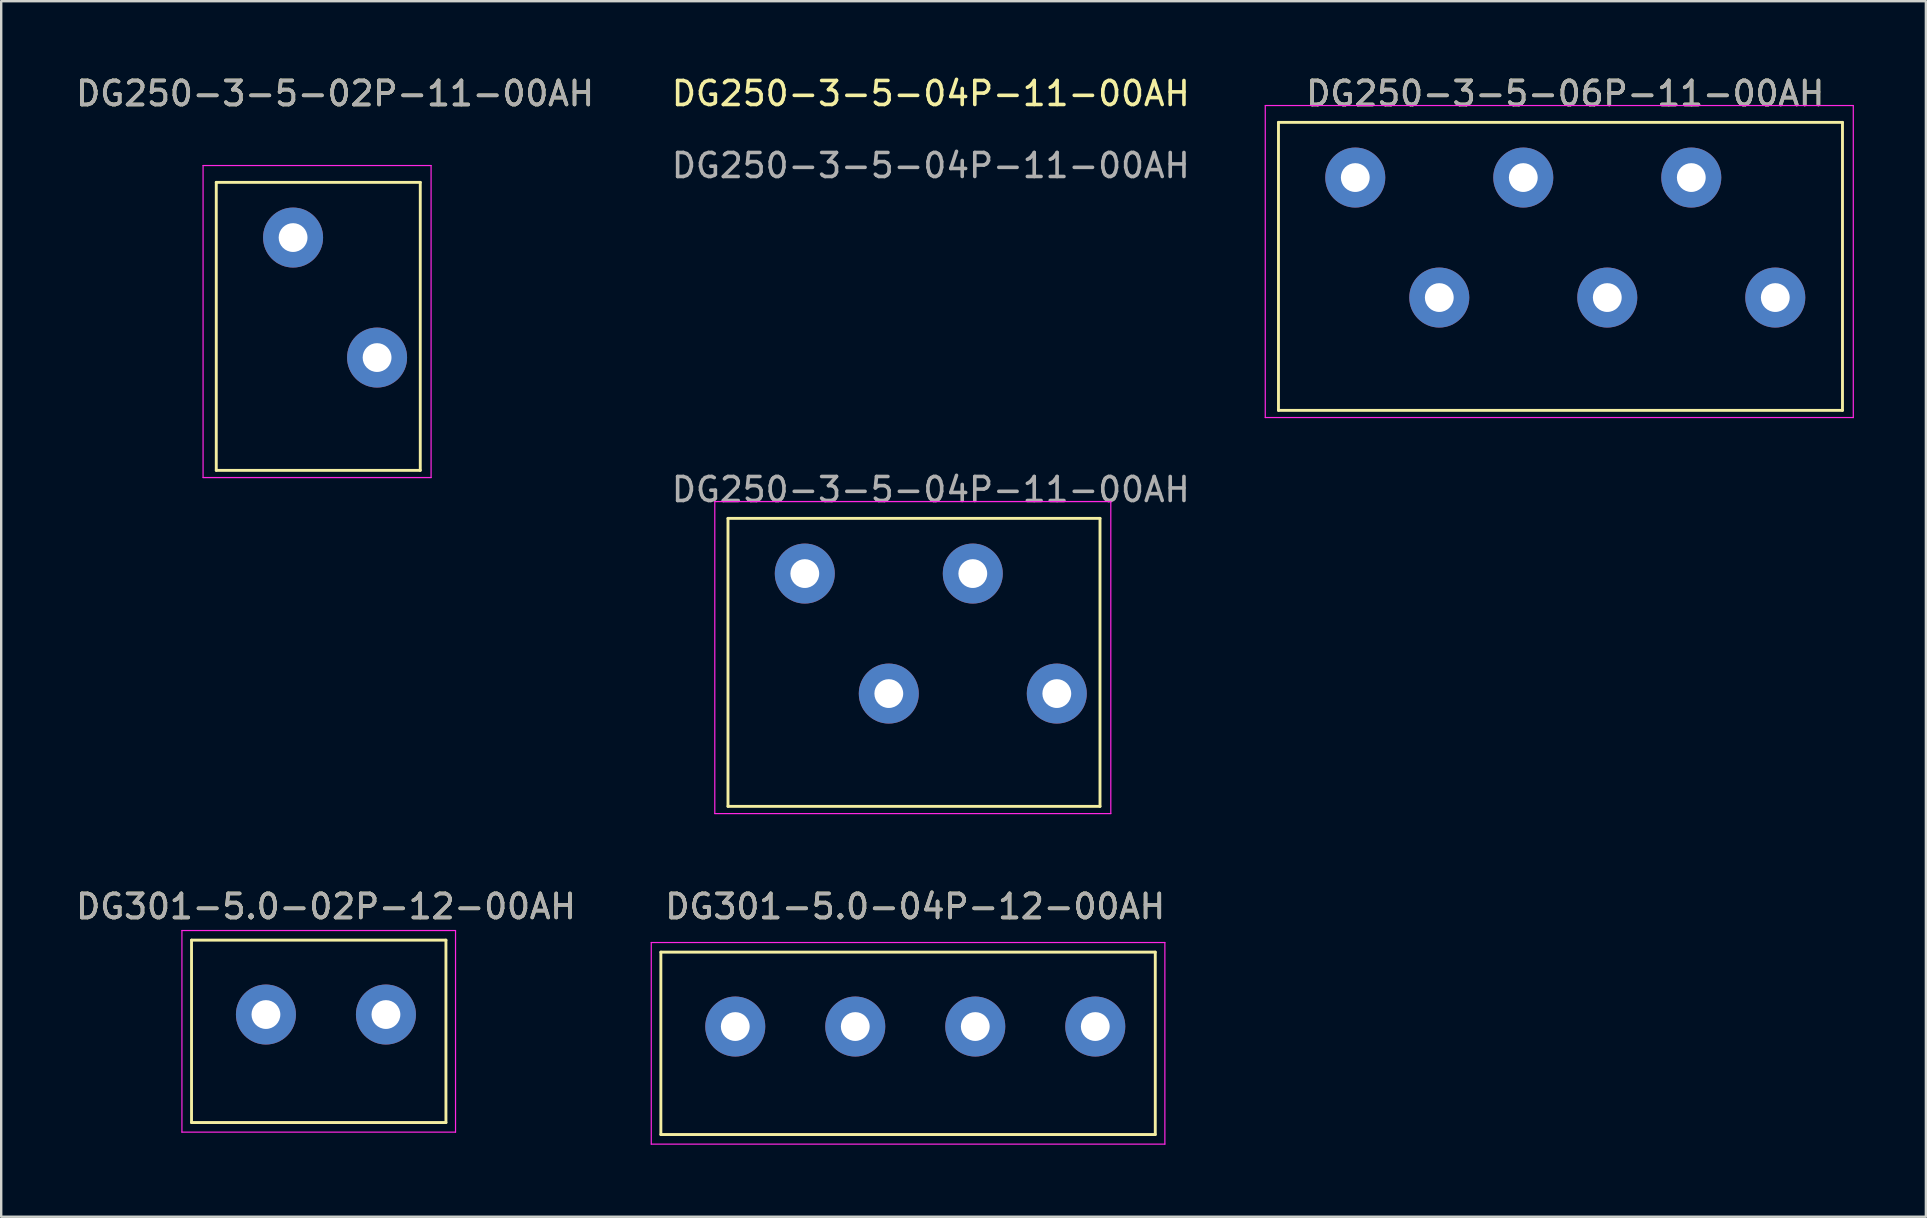
<source format=kicad_pcb>
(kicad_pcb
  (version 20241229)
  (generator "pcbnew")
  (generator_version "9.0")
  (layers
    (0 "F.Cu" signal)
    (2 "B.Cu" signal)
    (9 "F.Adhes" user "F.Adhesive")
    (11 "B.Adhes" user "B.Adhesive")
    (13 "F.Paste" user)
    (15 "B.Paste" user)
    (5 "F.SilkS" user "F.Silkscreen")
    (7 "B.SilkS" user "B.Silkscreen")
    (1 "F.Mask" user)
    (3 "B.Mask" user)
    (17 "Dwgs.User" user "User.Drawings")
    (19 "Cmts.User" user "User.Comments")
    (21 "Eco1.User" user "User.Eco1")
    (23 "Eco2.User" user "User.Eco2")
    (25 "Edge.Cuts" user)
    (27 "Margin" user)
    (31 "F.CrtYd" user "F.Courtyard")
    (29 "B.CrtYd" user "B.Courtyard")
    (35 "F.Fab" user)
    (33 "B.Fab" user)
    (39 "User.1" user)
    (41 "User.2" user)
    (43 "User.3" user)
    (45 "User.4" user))
  (footprint "DG250-3-5-04P-11-00AH"
    (layer "F.Cu")
    (at 35.732 23.348)
    (property "Reference" "DG250-3-5-04P-11-00AH" (at 0 -22.5 0) (unlocked yes) (layer "F.SilkS") (effects (font (size 1 1) (thickness 0.15))))
    (attr through_hole)
    (fp_line (start -8.45 -4.8) (end -8.45 7.2) (stroke (width 0.12) (type solid)) (layer "F.SilkS"))
    (fp_line (start -8.45 -4.8) (end 7.05 -4.8) (stroke (width 0.12) (type solid)) (layer "F.SilkS"))
    (fp_line (start -8.45 7.2) (end 7.05 7.2) (stroke (width 0.12) (type solid)) (layer "F.SilkS"))
    (fp_line (start 7.05 -4.8) (end 7.05 7.2) (stroke (width 0.12) (type solid)) (layer "F.SilkS"))
    (fp_line (start -9 -5.5) (end -9 7.5) (stroke (width 0.05) (type solid)) (layer "F.CrtYd"))
    (fp_line (start -9 7.5) (end 7.5 7.5) (stroke (width 0.05) (type solid)) (layer "F.CrtYd"))
    (fp_line (start 7.5 -5.5) (end -9 -5.5) (stroke (width 0.05) (type solid)) (layer "F.CrtYd"))
    (fp_line (start 7.5 7.5) (end 7.5 -5.5) (stroke (width 0.05) (type solid)) (layer "F.CrtYd"))
    (fp_text user "${REFERENCE}" (at 0 -6 0) (unlocked yes) (layer "F.Fab") (effects (font (size 1 1) (thickness 0.15))))
    (fp_text user "${REFERENCE}" (at 0 -19.5 0) (unlocked yes) (layer "F.Fab") (effects (font (size 1 1) (thickness 0.15))))
    (pad "1" thru_hole circle (at -5.25 -2.5) (size 2.5 2.5) (drill 1.2) (layers "*.Cu" "*.Mask"))
    (pad "2" thru_hole circle (at -1.75 2.5) (size 2.5 2.5) (drill 1.2) (layers "*.Cu" "*.Mask"))
    (pad "3" thru_hole circle (at 1.75 -2.5) (size 2.5 2.5) (drill 1.2) (layers "*.Cu" "*.Mask"))
    (pad "4" thru_hole circle (at 5.25 2.5) (size 2.5 2.5) (drill 1.2) (layers "*.Cu" "*.Mask")))
  (footprint "DG250-3-5-02P-11-00AH"
    (layer "F.Cu")
    (at 10.911 9.848)
    (property "Reference" "DG250-3-5-02P-11-00AH" (at 0 -9 0) (unlocked yes) (layer "F.SilkS") (effects (font (size 1 1) (thickness 0.15))))
    (attr through_hole)
    (fp_line (start -4.95 -5.3) (end -4.95 6.7) (stroke (width 0.12) (type solid)) (layer "F.SilkS"))
    (fp_line (start -4.95 -5.3) (end 3.55 -5.3) (stroke (width 0.12) (type solid)) (layer "F.SilkS"))
    (fp_line (start -4.95 6.7) (end 3.55 6.7) (stroke (width 0.12) (type solid)) (layer "F.SilkS"))
    (fp_line (start 3.55 -5.3) (end 3.55 6.7) (stroke (width 0.12) (type solid)) (layer "F.SilkS"))
    (fp_line (start -5.5 -6) (end -5.5 7) (stroke (width 0.05) (type solid)) (layer "F.CrtYd"))
    (fp_line (start -5.5 7) (end 4 7) (stroke (width 0.05) (type solid)) (layer "F.CrtYd"))
    (fp_line (start 4 -6) (end -5.5 -6) (stroke (width 0.05) (type solid)) (layer "F.CrtYd"))
    (fp_line (start 4 7) (end 4 -6) (stroke (width 0.05) (type solid)) (layer "F.CrtYd"))
    (fp_text user "${REFERENCE}" (at 0 -9 0) (unlocked yes) (layer "F.Fab") (effects (font (size 1 1) (thickness 0.15))))
    (pad "1" thru_hole circle (at -1.75 -3) (size 2.5 2.5) (drill 1.2) (layers "*.Cu" "*.Mask"))
    (pad "2" thru_hole circle (at 1.75 2) (size 2.5 2.5) (drill 1.2) (layers "*.Cu" "*.Mask")))
  (footprint "DG301-5.0-04P-12-00AH"
    (layer "F.Cu")
    (at 35.085 39.721)
    (property "Reference" "DG301-5.0-04P-12-00AH" (at 0 -5 0) (unlocked yes) (layer "F.SilkS") (effects (font (size 1 1) (thickness 0.15))))
    (attr through_hole)
    (fp_line (start -10.6 -3.1) (end -10.6 4.5) (stroke (width 0.12) (type solid)) (layer "F.SilkS"))
    (fp_line (start -10.6 4.5) (end 10 4.5) (stroke (width 0.12) (type solid)) (layer "F.SilkS"))
    (fp_line (start 10 -3.1) (end -10.6 -3.1) (stroke (width 0.12) (type solid)) (layer "F.SilkS"))
    (fp_line (start 10 -3.1) (end 10 4.5) (stroke (width 0.12) (type solid)) (layer "F.SilkS"))
    (fp_line (start -11 -3.5) (end -11 4.9) (stroke (width 0.05) (type solid)) (layer "F.CrtYd"))
    (fp_line (start -11 -3.5) (end 10.4 -3.5) (stroke (width 0.05) (type solid)) (layer "F.CrtYd"))
    (fp_line (start -11 4.9) (end 10.4 4.9) (stroke (width 0.05) (type solid)) (layer "F.CrtYd"))
    (fp_line (start 10.4 -3.5) (end 10.4 4.9) (stroke (width 0.05) (type solid)) (layer "F.CrtYd"))
    (fp_text user "${REFERENCE}" (at 0 -5 0) (unlocked yes) (layer "F.Fab") (effects (font (size 1 1) (thickness 0.15))))
    (pad "1" thru_hole circle (at -7.5 0) (size 2.5 2.5) (drill 1.2) (layers "*.Cu" "*.Mask"))
    (pad "2" thru_hole circle (at -2.5 0) (size 2.5 2.5) (drill 1.2) (layers "*.Cu" "*.Mask"))
    (pad "3" thru_hole circle (at 2.5 0) (size 2.5 2.5) (drill 1.2) (layers "*.Cu" "*.Mask"))
    (pad "4" thru_hole circle (at 7.5 0) (size 2.5 2.5) (drill 1.2) (layers "*.Cu" "*.Mask")))
  (footprint "DG250-3-5-06P-11-00AH"
    (layer "F.Cu")
    (at 62.168 6.848)
    (property "Reference" "DG250-3-5-06P-11-00AH" (at 0 -6 0) (unlocked yes) (layer "F.SilkS") (effects (font (size 1 1) (thickness 0.15))))
    (attr through_hole)
    (fp_line (start -11.95 -4.8) (end -11.95 7.2) (stroke (width 0.12) (type solid)) (layer "F.SilkS"))
    (fp_line (start -11.95 -4.8) (end 11.55 -4.8) (stroke (width 0.12) (type solid)) (layer "F.SilkS"))
    (fp_line (start -11.95 7.2) (end 11.55 7.2) (stroke (width 0.12) (type solid)) (layer "F.SilkS"))
    (fp_line (start 11.55 -4.8) (end 11.55 7.2) (stroke (width 0.12) (type solid)) (layer "F.SilkS"))
    (fp_line (start -12.5 -5.5) (end -12.5 7.5) (stroke (width 0.05) (type solid)) (layer "F.CrtYd"))
    (fp_line (start -12.5 7.5) (end 12 7.5) (stroke (width 0.05) (type solid)) (layer "F.CrtYd"))
    (fp_line (start 12 -5.5) (end -12.5 -5.5) (stroke (width 0.05) (type solid)) (layer "F.CrtYd"))
    (fp_line (start 12 7.5) (end 12 -5.5) (stroke (width 0.05) (type solid)) (layer "F.CrtYd"))
    (fp_text user "${REFERENCE}" (at 0 -6 0) (unlocked yes) (layer "F.Fab") (effects (font (size 1 1) (thickness 0.15))))
    (pad "1" thru_hole circle (at -8.75 -2.5) (size 2.5 2.5) (drill 1.2) (layers "*.Cu" "*.Mask"))
    (pad "2" thru_hole circle (at -5.25 2.5) (size 2.5 2.5) (drill 1.2) (layers "*.Cu" "*.Mask"))
    (pad "3" thru_hole circle (at -1.75 -2.5) (size 2.5 2.5) (drill 1.2) (layers "*.Cu" "*.Mask"))
    (pad "4" thru_hole circle (at 1.75 2.5) (size 2.5 2.5) (drill 1.2) (layers "*.Cu" "*.Mask"))
    (pad "5" thru_hole circle (at 5.25 -2.5) (size 2.5 2.5) (drill 1.2) (layers "*.Cu" "*.Mask"))
    (pad "6" thru_hole circle (at 8.75 2.5) (size 2.5 2.5) (drill 1.2) (layers "*.Cu" "*.Mask")))
  (footprint "DG301-5.0-02P-12-00AH"
    (layer "F.Cu")
    (at 10.53 39.221)
    (property "Reference" "DG301-5.0-02P-12-00AH" (at 0 -4.5 0) (unlocked yes) (layer "F.SilkS") (effects (font (size 1 1) (thickness 0.15))))
    (attr through_hole)
    (fp_line (start -5.6 -3.1) (end -5.6 4.5) (stroke (width 0.12) (type solid)) (layer "F.SilkS"))
    (fp_line (start -5.6 4.5) (end 5 4.5) (stroke (width 0.12) (type solid)) (layer "F.SilkS"))
    (fp_line (start 5 -3.1) (end -5.6 -3.1) (stroke (width 0.12) (type solid)) (layer "F.SilkS"))
    (fp_line (start 5 -3.1) (end 5 4.5) (stroke (width 0.12) (type solid)) (layer "F.SilkS"))
    (fp_line (start -6 -3.5) (end -6 4.9) (stroke (width 0.05) (type solid)) (layer "F.CrtYd"))
    (fp_line (start -6 -3.5) (end 5.4 -3.5) (stroke (width 0.05) (type solid)) (layer "F.CrtYd"))
    (fp_line (start -6 4.9) (end 5.4 4.9) (stroke (width 0.05) (type solid)) (layer "F.CrtYd"))
    (fp_line (start 5.4 -3.5) (end 5.4 4.9) (stroke (width 0.05) (type solid)) (layer "F.CrtYd"))
    (fp_text user "${REFERENCE}" (at 0 -4.5 0) (unlocked yes) (layer "F.Fab") (effects (font (size 1 1) (thickness 0.15))))
    (pad "1" thru_hole circle (at -2.5 0) (size 2.5 2.5) (drill 1.2) (layers "*.Cu" "*.Mask"))
    (pad "2" thru_hole circle (at 2.5 0) (size 2.5 2.5) (drill 1.2) (layers "*.Cu" "*.Mask")))
  (gr_rect
    (start -3 -3)
    (end 77.193 47.647)
    (stroke (width 0.1) (type default))
    (fill no)
    (layer "Edge.Cuts")))
</source>
